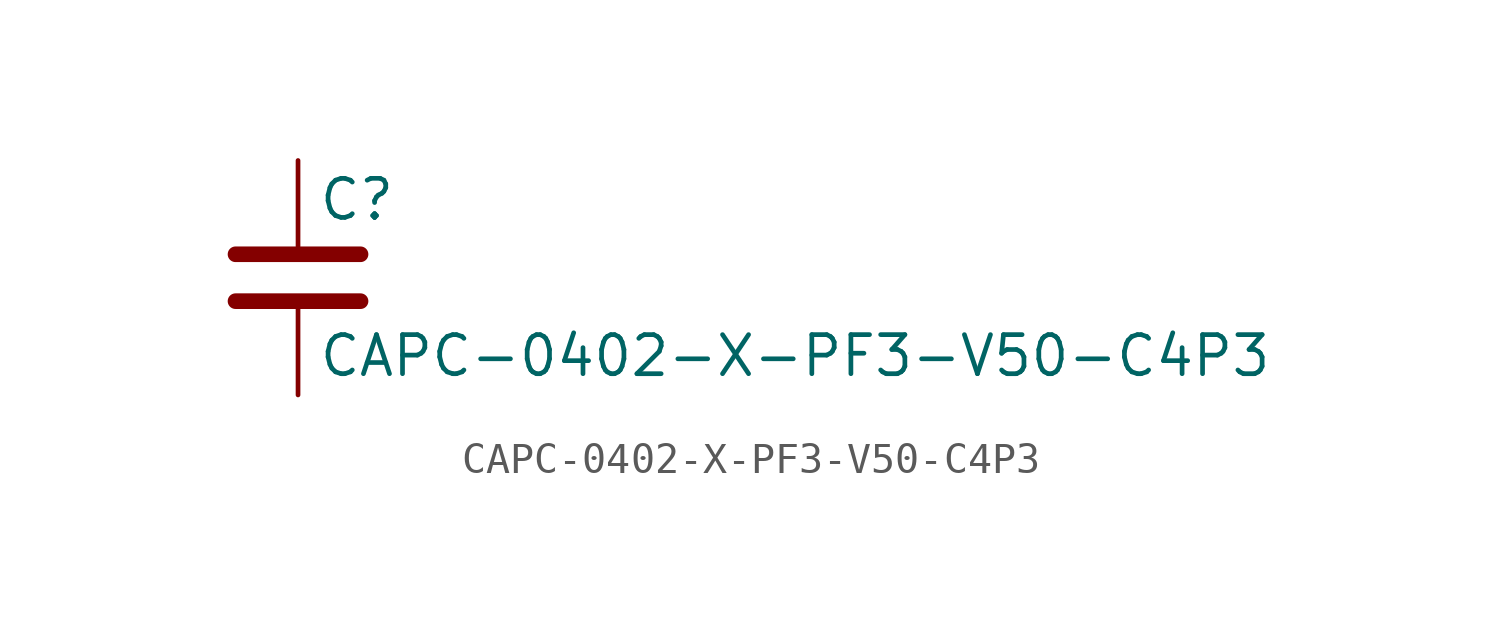
<source format=kicad_sym>
(kicad_symbol_lib
  (version 20211014)
  (generator kicad_symbol_editor)
  (symbol "CAPC-0402-X-PF3-V50-C4P3"
    (pin_numbers hide)
    (pin_names
      (offset 0.254))
    (property "Reference" "C"
      (at 0.635 2.54 0)
      (effects (font (size 1.27 1.27)) (justify left)))
    (property "Value" "CAPC-0402-X-PF3-V50-C4P3"
      (at 0.635 -2.54 0)
      (effects (font (size 1.27 1.27)) (justify left)))
    (symbol "CAPC-0402-X-PF3-V50-C4P3_0_1"
      (polyline (pts (xy -2.032 -0.762) (xy 2.032 -0.762)) (stroke (width 0.508) (type default) (color 0 0 0 0)) (fill (type none)))
      (polyline (pts (xy -2.032 0.762) (xy 2.032 0.762)) (stroke (width 0.508) (type default) (color 0 0 0 0)) (fill (type none))))
    (symbol "CAPC-0402-X-PF3-V50-C4P3_1_1"
      (pin passive line (at 0 3.81 270) (length 2.794) (name "~" (effects (font (size 1.27 1.27)))) (number "1" (effects (font (size 1.27 1.27)))))
      (pin passive line (at 0 -3.81 90) (length 2.794) (name "~" (effects (font (size 1.27 1.27)))) (number "2" (effects (font (size 1.27 1.27))))))))
</source>
